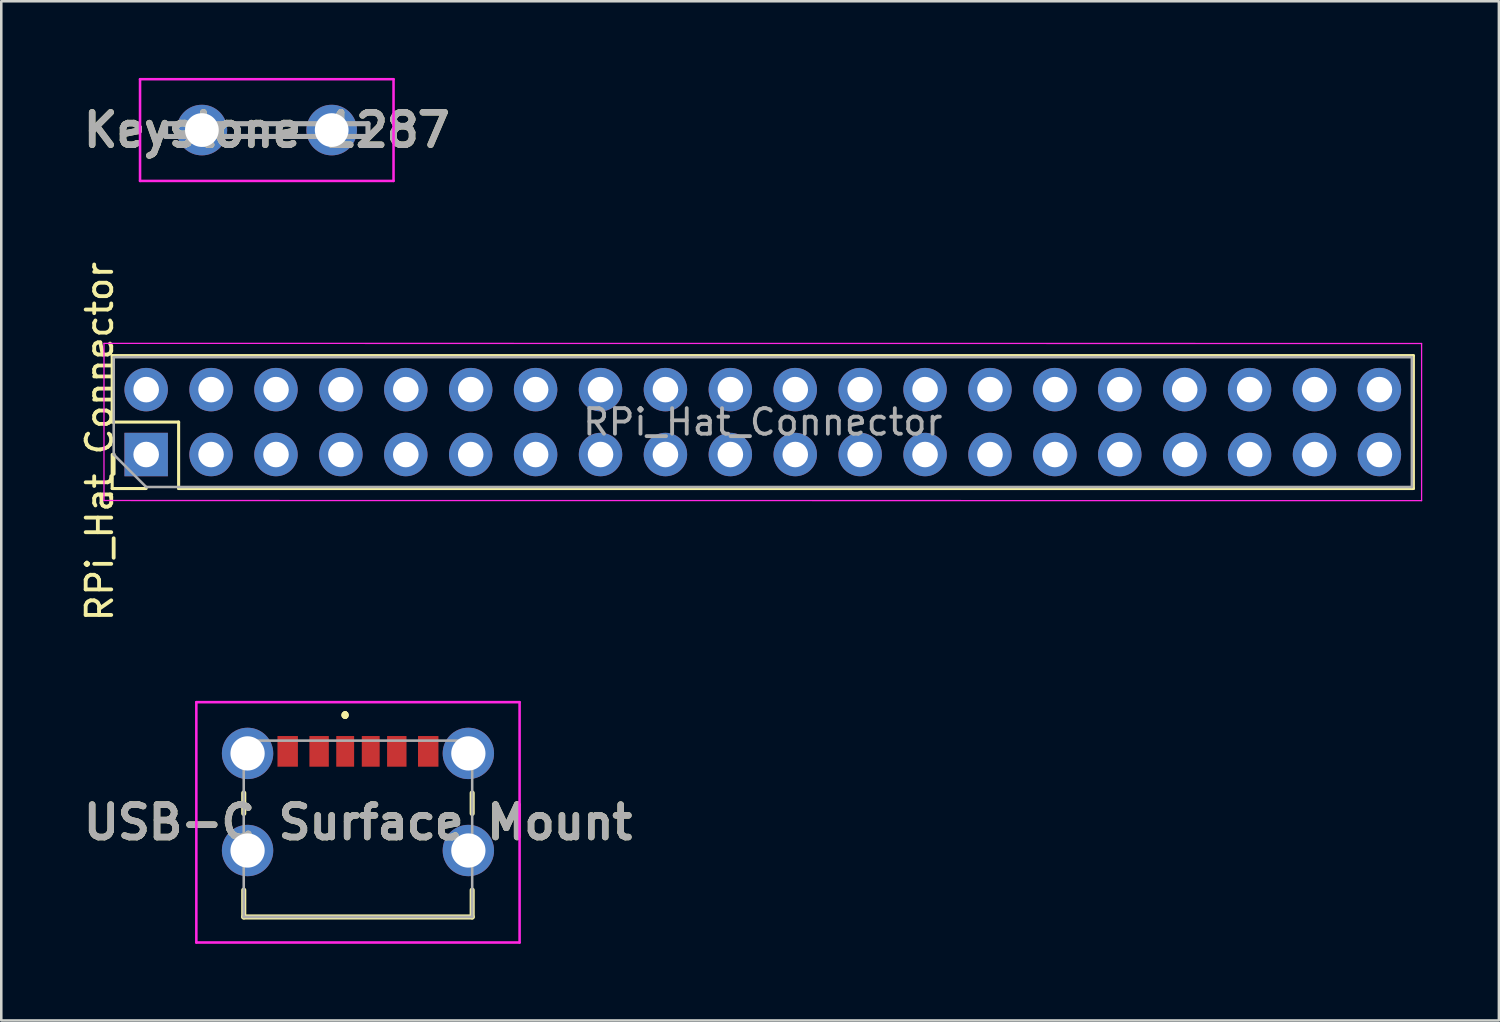
<source format=kicad_pcb>
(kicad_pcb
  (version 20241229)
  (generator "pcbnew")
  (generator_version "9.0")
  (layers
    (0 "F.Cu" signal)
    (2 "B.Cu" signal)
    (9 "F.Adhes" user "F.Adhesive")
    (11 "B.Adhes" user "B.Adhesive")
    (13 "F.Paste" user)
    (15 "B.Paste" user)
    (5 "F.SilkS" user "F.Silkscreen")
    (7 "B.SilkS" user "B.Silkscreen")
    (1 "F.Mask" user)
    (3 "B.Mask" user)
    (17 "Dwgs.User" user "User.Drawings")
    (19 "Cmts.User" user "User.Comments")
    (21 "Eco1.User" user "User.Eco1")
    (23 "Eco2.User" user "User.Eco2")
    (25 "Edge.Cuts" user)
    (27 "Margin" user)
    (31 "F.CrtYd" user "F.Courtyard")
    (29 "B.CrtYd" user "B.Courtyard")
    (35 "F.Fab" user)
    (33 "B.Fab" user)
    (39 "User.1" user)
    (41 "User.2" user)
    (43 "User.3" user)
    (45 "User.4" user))
  (footprint "USB-C Surface Mount"
    (layer "F.Cu")
    (at 10.958 29.383)
    (property "Reference" "USB-C Surface Mount" (at 0 -0.252 0) (layer "F.SilkS") (effects (font (size 1.27 1.27) (thickness 0.254))))
    (attr smd)
    (fp_line (start -4.47 -1.4) (end -4.47 -0.6) (stroke (width 0.2) (type solid)) (layer "F.SilkS"))
    (fp_line (start -4.47 2.4) (end -4.47 3.45) (stroke (width 0.2) (type solid)) (layer "F.SilkS"))
    (fp_line (start -4.47 3.45) (end 4.47 3.45) (stroke (width 0.2) (type solid)) (layer "F.SilkS"))
    (fp_line (start -0.5 -4.5) (end -0.5 -4.5) (stroke (width 0.2) (type solid)) (layer "F.SilkS"))
    (fp_line (start -0.5 -4.5) (end -0.5 -4.5) (stroke (width 0.2) (type solid)) (layer "F.SilkS"))
    (fp_line (start -0.5 -4.4) (end -0.5 -4.4) (stroke (width 0.2) (type solid)) (layer "F.SilkS"))
    (fp_line (start 4.47 -1.4) (end 4.47 -0.6) (stroke (width 0.2) (type solid)) (layer "F.SilkS"))
    (fp_line (start 4.47 3.45) (end 4.47 2.4) (stroke (width 0.2) (type solid)) (layer "F.SilkS"))
    (fp_arc (start -0.5 -4.5) (mid -0.45 -4.45) (end -0.5 -4.4) (stroke (width 0.2) (type solid)) (layer "F.SilkS"))
    (fp_arc (start -0.5 -4.4) (mid -0.55 -4.45) (end -0.5 -4.5) (stroke (width 0.2) (type solid)) (layer "F.SilkS"))
    (fp_arc (start -0.5 -4.4) (mid -0.55 -4.45) (end -0.5 -4.5) (stroke (width 0.2) (type solid)) (layer "F.SilkS"))
    (fp_line (start -6.325 -4.955) (end 6.325 -4.955) (stroke (width 0.1) (type solid)) (layer "F.CrtYd"))
    (fp_line (start -6.325 4.45) (end -6.325 -4.955) (stroke (width 0.1) (type solid)) (layer "F.CrtYd"))
    (fp_line (start 6.325 -4.955) (end 6.325 4.45) (stroke (width 0.1) (type solid)) (layer "F.CrtYd"))
    (fp_line (start 6.325 4.45) (end -6.325 4.45) (stroke (width 0.1) (type solid)) (layer "F.CrtYd"))
    (fp_line (start -4.47 -3.45) (end -4.47 3.45) (stroke (width 0.1) (type solid)) (layer "F.Fab"))
    (fp_line (start -4.47 3.45) (end 4.47 3.45) (stroke (width 0.1) (type solid)) (layer "F.Fab"))
    (fp_line (start 4.47 -3.45) (end -4.47 -3.45) (stroke (width 0.1) (type solid)) (layer "F.Fab"))
    (fp_line (start 4.47 3.45) (end 4.47 -3.45) (stroke (width 0.1) (type solid)) (layer "F.Fab"))
    (fp_text user "${REFERENCE}" (at 0 -0.252 0) (layer "F.Fab") (effects (font (size 1.27 1.27) (thickness 0.254))))
    (pad "A5" smd rect (at -0.5 -3.03) (size 0.7 1.2) (layers "F.Cu" "F.Mask" "F.Paste"))
    (pad "A9" smd rect (at 1.52 -3.03) (size 0.76 1.2) (layers "F.Cu" "F.Mask" "F.Paste"))
    (pad "A12" smd rect (at 2.75 -3.03) (size 0.8 1.2) (layers "F.Cu" "F.Mask" "F.Paste"))
    (pad "B5" smd rect (at 0.5 -3.03) (size 0.7 1.2) (layers "F.Cu" "F.Mask" "F.Paste"))
    (pad "B9" smd rect (at -1.52 -3.03) (size 0.76 1.2) (layers "F.Cu" "F.Mask" "F.Paste"))
    (pad "B12" smd rect (at -2.75 -3.03) (size 0.8 1.2) (layers "F.Cu" "F.Mask" "F.Paste"))
    (pad "MH1" thru_hole circle (at -4.32 0.85) (size 2.01 2.01) (drill 1.34) (layers "*.Cu" "*.Mask"))
    (pad "MH2" thru_hole circle (at 4.32 0.85) (size 2.01 2.01) (drill 1.34) (layers "*.Cu" "*.Mask"))
    (pad "MH3" thru_hole circle (at -4.32 -2.95) (size 2.01 2.01) (drill 1.34) (layers "*.Cu" "*.Mask"))
    (pad "MH4" thru_hole circle (at 4.32 -2.95) (size 2.01 2.01) (drill 1.34) (layers "*.Cu" "*.Mask")))
  (footprint "Keystone 1287"
    (layer "F.Cu")
    (at 7.39 2.04)
    (property "Reference" "Keystone 1287" (at 0 0 0) (layer "F.SilkS") (effects (font (size 1.27 1.27) (thickness 0.254))))
    (attr through_hole)
    (fp_line (start -3.96 -0.25) (end -3.96 0.25) (stroke (width 0.1) (type solid)) (layer "F.SilkS"))
    (fp_line (start -3.96 0.25) (end -3.6 0.25) (stroke (width 0.1) (type solid)) (layer "F.SilkS"))
    (fp_line (start -3.6 -0.25) (end -3.96 -0.25) (stroke (width 0.1) (type solid)) (layer "F.SilkS"))
    (fp_line (start -1.4 -0.25) (end 1.4 -0.25) (stroke (width 0.1) (type solid)) (layer "F.SilkS"))
    (fp_line (start -1.4 0.25) (end 1.4 0.25) (stroke (width 0.1) (type solid)) (layer "F.SilkS"))
    (fp_line (start 3.6 0.25) (end 3.96 0.25) (stroke (width 0.1) (type solid)) (layer "F.SilkS"))
    (fp_line (start 3.96 -0.25) (end 3.6 -0.25) (stroke (width 0.1) (type solid)) (layer "F.SilkS"))
    (fp_line (start 3.96 -0.2) (end 3.96 -0.25) (stroke (width 0.1) (type solid)) (layer "F.SilkS"))
    (fp_line (start 3.96 0.25) (end 3.96 -0.2) (stroke (width 0.1) (type solid)) (layer "F.SilkS"))
    (fp_line (start -4.96 -1.99) (end 4.96 -1.99) (stroke (width 0.1) (type solid)) (layer "F.CrtYd"))
    (fp_line (start -4.96 1.99) (end -4.96 -1.99) (stroke (width 0.1) (type solid)) (layer "F.CrtYd"))
    (fp_line (start 4.96 -1.99) (end 4.96 1.99) (stroke (width 0.1) (type solid)) (layer "F.CrtYd"))
    (fp_line (start 4.96 1.99) (end -4.96 1.99) (stroke (width 0.1) (type solid)) (layer "F.CrtYd"))
    (fp_line (start -3.96 -0.25) (end 3.96 -0.25) (stroke (width 0.2) (type solid)) (layer "F.Fab"))
    (fp_line (start -3.96 0.25) (end -3.96 -0.25) (stroke (width 0.2) (type solid)) (layer "F.Fab"))
    (fp_line (start 3.96 -0.25) (end 3.96 0.25) (stroke (width 0.2) (type solid)) (layer "F.Fab"))
    (fp_line (start 3.96 0.25) (end -3.96 0.25) (stroke (width 0.2) (type solid)) (layer "F.Fab"))
    (fp_text user "${REFERENCE}" (at 0 0 0) (layer "F.Fab") (effects (font (size 1.27 1.27) (thickness 0.254))))
    (pad "1" thru_hole circle (at -2.54 0) (size 1.98 1.98) (drill 1.32) (layers "*.Cu" "*.Mask"))
    (pad "2" thru_hole circle (at 2.54 0) (size 1.98 1.98) (drill 1.32) (layers "*.Cu" "*.Mask")))
  (footprint "RPi_Hat_Connector"
    (layer "F.Cu")
    (at 26.8 13.467)
    (property "Reference" "RPi_Hat_Connector" (at -25.952 0.762 90) (layer "F.SilkS") (effects (font (size 1 1) (thickness 0.15))))
    (attr through_hole)
    (fp_line (start -25.46 -2.6) (end 25.46 -2.6) (stroke (width 0.12) (type solid)) (layer "F.SilkS"))
    (fp_line (start -25.46 0) (end -25.46 -2.6) (stroke (width 0.12) (type solid)) (layer "F.SilkS"))
    (fp_line (start -25.46 2.6) (end -25.46 1.27) (stroke (width 0.12) (type solid)) (layer "F.SilkS"))
    (fp_line (start -24.13 2.6) (end -25.46 2.6) (stroke (width 0.12) (type solid)) (layer "F.SilkS"))
    (fp_line (start -22.86 0) (end -25.46 0) (stroke (width 0.12) (type solid)) (layer "F.SilkS"))
    (fp_line (start -22.86 2.6) (end -22.86 0) (stroke (width 0.12) (type solid)) (layer "F.SilkS"))
    (fp_line (start -22.86 2.6) (end 25.46 2.6) (stroke (width 0.12) (type solid)) (layer "F.SilkS"))
    (fp_line (start 25.46 2.6) (end 25.46 -2.6) (stroke (width 0.12) (type solid)) (layer "F.SilkS"))
    (fp_line (start -25.781 -3.08) (end -25.781 3.07) (stroke (width 0.05) (type solid)) (layer "F.CrtYd"))
    (fp_line (start -25.781 3.07) (end 25.781 3.075) (stroke (width 0.05) (type solid)) (layer "F.CrtYd"))
    (fp_line (start 25.781 -3.075) (end -25.781 -3.08) (stroke (width 0.05) (type solid)) (layer "F.CrtYd"))
    (fp_line (start 25.781 3.075) (end 25.781 -3.075) (stroke (width 0.05) (type solid)) (layer "F.CrtYd"))
    (fp_line (start -25.4 -2.54) (end 25.4 -2.54) (stroke (width 0.1) (type solid)) (layer "F.Fab"))
    (fp_line (start -25.4 1.27) (end -25.4 -2.54) (stroke (width 0.1) (type solid)) (layer "F.Fab"))
    (fp_line (start -24.13 2.54) (end -25.4 1.27) (stroke (width 0.1) (type solid)) (layer "F.Fab"))
    (fp_line (start 25.4 -2.54) (end 25.4 2.54) (stroke (width 0.1) (type solid)) (layer "F.Fab"))
    (fp_line (start 25.4 2.54) (end -24.13 2.54) (stroke (width 0.1) (type solid)) (layer "F.Fab"))
    (fp_text user "${REFERENCE}" (at 0 0 180) (layer "F.Fab") (effects (font (size 1 1) (thickness 0.15))))
    (pad "1" thru_hole rect (at -24.13 1.27 90) (size 1.7 1.7) (drill 1) (layers "*.Cu" "*.Mask"))
    (pad "2" thru_hole oval (at -24.13 -1.27 90) (size 1.7 1.7) (drill 1) (layers "*.Cu" "*.Mask"))
    (pad "3" thru_hole oval (at -21.59 1.27 90) (size 1.7 1.7) (drill 1) (layers "*.Cu" "*.Mask"))
    (pad "4" thru_hole oval (at -21.59 -1.27 90) (size 1.7 1.7) (drill 1) (layers "*.Cu" "*.Mask"))
    (pad "5" thru_hole oval (at -19.05 1.27 90) (size 1.7 1.7) (drill 1) (layers "*.Cu" "*.Mask"))
    (pad "6" thru_hole oval (at -19.05 -1.27 90) (size 1.7 1.7) (drill 1) (layers "*.Cu" "*.Mask"))
    (pad "7" thru_hole oval (at -16.51 1.27 90) (size 1.7 1.7) (drill 1) (layers "*.Cu" "*.Mask"))
    (pad "8" thru_hole oval (at -16.51 -1.27 90) (size 1.7 1.7) (drill 1) (layers "*.Cu" "*.Mask"))
    (pad "9" thru_hole oval (at -13.97 1.27 90) (size 1.7 1.7) (drill 1) (layers "*.Cu" "*.Mask"))
    (pad "10" thru_hole oval (at -13.97 -1.27 90) (size 1.7 1.7) (drill 1) (layers "*.Cu" "*.Mask"))
    (pad "11" thru_hole oval (at -11.43 1.27 90) (size 1.7 1.7) (drill 1) (layers "*.Cu" "*.Mask"))
    (pad "12" thru_hole oval (at -11.43 -1.27 90) (size 1.7 1.7) (drill 1) (layers "*.Cu" "*.Mask"))
    (pad "13" thru_hole oval (at -8.89 1.27 90) (size 1.7 1.7) (drill 1) (layers "*.Cu" "*.Mask"))
    (pad "14" thru_hole oval (at -8.89 -1.27 90) (size 1.7 1.7) (drill 1) (layers "*.Cu" "*.Mask"))
    (pad "15" thru_hole oval (at -6.35 1.27 90) (size 1.7 1.7) (drill 1) (layers "*.Cu" "*.Mask"))
    (pad "16" thru_hole oval (at -6.35 -1.27 90) (size 1.7 1.7) (drill 1) (layers "*.Cu" "*.Mask"))
    (pad "17" thru_hole oval (at -3.81 1.27 90) (size 1.7 1.7) (drill 1) (layers "*.Cu" "*.Mask"))
    (pad "18" thru_hole oval (at -3.81 -1.27 90) (size 1.7 1.7) (drill 1) (layers "*.Cu" "*.Mask"))
    (pad "19" thru_hole oval (at -1.27 1.27 90) (size 1.7 1.7) (drill 1) (layers "*.Cu" "*.Mask"))
    (pad "20" thru_hole oval (at -1.27 -1.27 90) (size 1.7 1.7) (drill 1) (layers "*.Cu" "*.Mask"))
    (pad "21" thru_hole oval (at 1.27 1.27 90) (size 1.7 1.7) (drill 1) (layers "*.Cu" "*.Mask"))
    (pad "22" thru_hole oval (at 1.27 -1.27 90) (size 1.7 1.7) (drill 1) (layers "*.Cu" "*.Mask"))
    (pad "23" thru_hole oval (at 3.81 1.27 90) (size 1.7 1.7) (drill 1) (layers "*.Cu" "*.Mask"))
    (pad "24" thru_hole oval (at 3.81 -1.27 90) (size 1.7 1.7) (drill 1) (layers "*.Cu" "*.Mask"))
    (pad "25" thru_hole oval (at 6.35 1.27 90) (size 1.7 1.7) (drill 1) (layers "*.Cu" "*.Mask"))
    (pad "26" thru_hole oval (at 6.35 -1.27 90) (size 1.7 1.7) (drill 1) (layers "*.Cu" "*.Mask"))
    (pad "27" thru_hole oval (at 8.89 1.27 90) (size 1.7 1.7) (drill 1) (layers "*.Cu" "*.Mask"))
    (pad "28" thru_hole oval (at 8.89 -1.27 90) (size 1.7 1.7) (drill 1) (layers "*.Cu" "*.Mask"))
    (pad "29" thru_hole oval (at 11.43 1.27 90) (size 1.7 1.7) (drill 1) (layers "*.Cu" "*.Mask"))
    (pad "30" thru_hole oval (at 11.43 -1.27 90) (size 1.7 1.7) (drill 1) (layers "*.Cu" "*.Mask"))
    (pad "31" thru_hole oval (at 13.97 1.27 90) (size 1.7 1.7) (drill 1) (layers "*.Cu" "*.Mask"))
    (pad "32" thru_hole oval (at 13.97 -1.27 90) (size 1.7 1.7) (drill 1) (layers "*.Cu" "*.Mask"))
    (pad "33" thru_hole oval (at 16.51 1.27 90) (size 1.7 1.7) (drill 1) (layers "*.Cu" "*.Mask"))
    (pad "34" thru_hole oval (at 16.51 -1.27 90) (size 1.7 1.7) (drill 1) (layers "*.Cu" "*.Mask"))
    (pad "35" thru_hole oval (at 19.05 1.27 90) (size 1.7 1.7) (drill 1) (layers "*.Cu" "*.Mask"))
    (pad "36" thru_hole oval (at 19.05 -1.27 90) (size 1.7 1.7) (drill 1) (layers "*.Cu" "*.Mask"))
    (pad "37" thru_hole oval (at 21.59 1.27 90) (size 1.7 1.7) (drill 1) (layers "*.Cu" "*.Mask"))
    (pad "38" thru_hole oval (at 21.59 -1.27 90) (size 1.7 1.7) (drill 1) (layers "*.Cu" "*.Mask"))
    (pad "39" thru_hole oval (at 24.13 1.27 90) (size 1.7 1.7) (drill 1) (layers "*.Cu" "*.Mask"))
    (pad "40" thru_hole oval (at 24.13 -1.27 90) (size 1.7 1.7) (drill 1) (layers "*.Cu" "*.Mask")))
  (gr_rect
    (start -3 -3)
    (end 55.606 36.883)
    (stroke (width 0.1) (type default))
    (fill no)
    (layer "Edge.Cuts")))
</source>
